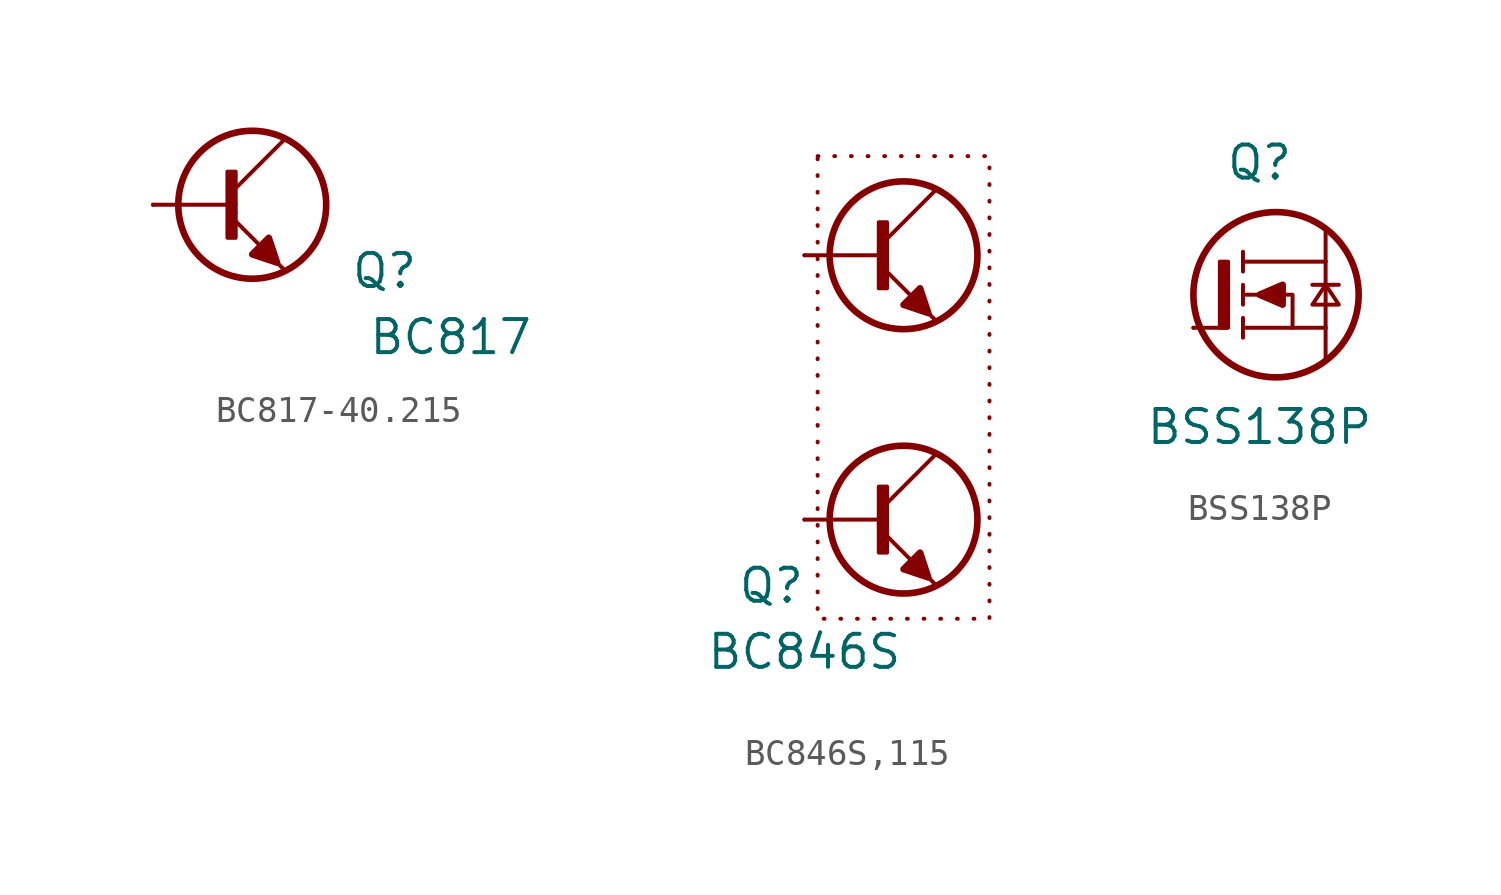
<source format=kicad_sym>
(kicad_symbol_lib
  (version 20231120)
  (generator "kicad_symbol_editor")
  (generator_version "8.0")
  (symbol "BC817-40.215"
    (pin_numbers hide)
    (pin_names
      (offset 1.016) hide)
    (property "Reference" "Q"
      (at 5.08 -2.54 0)
      (effects (font (size 1.27 1.27))))
    (property "Value" "BC817"
      (at 7.62 -5.08 0)
      (effects (font (size 1.27 1.27))))
    (symbol "BC817-40.215_0_1"
      (rectangle (start -0.953 1.27) (end -0.635 -1.27) (stroke (width 0) (type default)) (fill (type outline)))
      (rectangle (start -0.635 -0.318) (end -0.635 -0.318) (stroke (width 0) (type default)) (fill (type none)))
      (polyline (pts (xy -3.81 0) (xy -0.635 0)) (stroke (width 0) (type default)) (fill (type none)))
      (polyline (pts (xy -0.635 -0.635) (xy 1.27 -2.54)) (stroke (width 0) (type default)) (fill (type none)))
      (polyline (pts (xy 1.27 2.54) (xy -0.635 0.635)) (stroke (width 0) (type default)) (fill (type none)))
      (polyline (pts (xy 0.953 -2.223) (xy 0.635 -1.27) (xy 0 -1.905) (xy 0.953 -2.223)) (stroke (width 0.254) (type default)) (fill (type outline))))
    (symbol "BC817-40.215_1_0"
      (circle (center 0 0) (radius 2.84) (stroke (width 0.254) (type solid)) (fill (type none))))
    (symbol "BC817-40.215_1_1"
      (pin passive line (at -3.81 0 0) (length 0) (name "B" (effects (font (size 1.27 1.27)))) (number "1" (effects (font (size 1.27 1.27)))))
      (pin passive line (at 1.27 -2.54 180) (length 0) (name "E" (effects (font (size 1.27 1.27)))) (number "2" (effects (font (size 1.27 1.27)))))
      (pin passive line (at 1.27 2.54 180) (length 0) (name "C" (effects (font (size 1.27 1.27)))) (number "3" (effects (font (size 1.27 1.27)))))))
  (symbol "BC846S,115"
    (pin_numbers hide)
    (pin_names
      (offset 1.016) hide)
    (property "Reference" "Q"
      (at -5.08 -7.62 0)
      (effects (font (size 1.27 1.27))))
    (property "Value" "BC846S"
      (at -3.81 -10.16 0)
      (effects (font (size 1.27 1.27))))
    (symbol "BC846S,115_0_1"
      (rectangle (start -0.953 -3.81) (end -0.635 -6.35) (stroke (width 0) (type default)) (fill (type outline)))
      (rectangle (start -0.953 6.35) (end -0.635 3.81) (stroke (width 0) (type default)) (fill (type outline)))
      (rectangle (start -0.635 -5.397) (end -0.635 -5.397) (stroke (width 0) (type default)) (fill (type none)))
      (rectangle (start -0.635 4.763) (end -0.635 4.763) (stroke (width 0) (type default)) (fill (type none)))
      (polyline (pts (xy -3.81 -5.08) (xy -0.635 -5.08)) (stroke (width 0) (type default)) (fill (type none)))
      (polyline (pts (xy -3.81 5.08) (xy -0.635 5.08)) (stroke (width 0) (type default)) (fill (type none)))
      (polyline (pts (xy -0.635 -5.715) (xy 1.27 -7.62)) (stroke (width 0) (type default)) (fill (type none)))
      (polyline (pts (xy -0.635 4.445) (xy 1.27 2.54)) (stroke (width 0) (type default)) (fill (type none)))
      (polyline (pts (xy 1.27 -2.54) (xy -0.635 -4.445)) (stroke (width 0) (type default)) (fill (type none)))
      (polyline (pts (xy 1.27 7.62) (xy -0.635 5.715)) (stroke (width 0) (type default)) (fill (type none)))
      (polyline (pts (xy 0.953 -7.303) (xy 0.635 -6.35) (xy 0 -6.985) (xy 0.953 -7.303)) (stroke (width 0.254) (type default)) (fill (type outline)))
      (polyline (pts (xy 0.953 2.857) (xy 0.635 3.81) (xy 0 3.175) (xy 0.953 2.857)) (stroke (width 0.254) (type default)) (fill (type outline))))
    (symbol "BC846S,115_1_0"
      (circle (center 0 -5.08) (radius 2.84) (stroke (width 0.254) (type solid)) (fill (type none)))
      (circle (center 0 5.08) (radius 2.84) (stroke (width 0.254) (type solid)) (fill (type none))))
    (symbol "BC846S,115_1_1"
      (rectangle (start -3.302 8.89) (end 3.302 -8.89) (stroke (width 0) (type dot)) (fill (type none)))
      (pin passive line (at 1.27 2.54 180) (length 0) (name "E1" (effects (font (size 1.27 1.27)))) (number "1" (effects (font (size 1.27 1.27)))))
      (pin passive line (at -3.81 5.08 0) (length 0) (name "B1" (effects (font (size 1.27 1.27)))) (number "2" (effects (font (size 1.27 1.27)))))
      (pin passive line (at 1.27 -2.54 180) (length 0) (name "C2" (effects (font (size 1.27 1.27)))) (number "3" (effects (font (size 1.27 1.27)))))
      (pin passive line (at 1.27 -7.62 180) (length 0) (name "E2" (effects (font (size 1.27 1.27)))) (number "4" (effects (font (size 1.27 1.27)))))
      (pin passive line (at -3.81 -5.08 0) (length 0) (name "B2" (effects (font (size 1.27 1.27)))) (number "5" (effects (font (size 1.27 1.27)))))
      (pin passive line (at 1.27 7.62 180) (length 0) (name "C1" (effects (font (size 1.27 1.27)))) (number "6" (effects (font (size 1.27 1.27)))))))
  (symbol "BSS138P"
    (pin_numbers hide)
    (pin_names
      (offset 1.016) hide)
    (property "Reference" "Q"
      (at 0 5.08 0)
      (effects (font (size 1.27 1.27))))
    (property "Value" "BSS138P"
      (at 0 -5.08 0)
      (effects (font (size 1.27 1.27))))
    (symbol "BSS138P_0_0"
      (polyline (pts (xy -0.635 -1.27) (xy -0.635 -1.651)) (stroke (width 0) (type solid)) (fill (type none)))
      (polyline (pts (xy -0.635 -1.27) (xy -0.635 -0.889)) (stroke (width 0) (type solid)) (fill (type none)))
      (polyline (pts (xy -0.635 0) (xy -0.635 -0.381)) (stroke (width 0) (type solid)) (fill (type none)))
      (polyline (pts (xy -0.635 0) (xy -0.635 0.381)) (stroke (width 0) (type solid)) (fill (type none)))
      (polyline (pts (xy -0.635 1.27) (xy -0.635 0.889)) (stroke (width 0) (type solid)) (fill (type none)))
      (polyline (pts (xy -0.635 1.27) (xy -0.635 1.651)) (stroke (width 0) (type solid)) (fill (type none)))
      (polyline (pts (xy 2.032 0.381) (xy 3.048 0.381)) (stroke (width 0) (type solid)) (fill (type none)))
      (polyline (pts (xy 2.54 -2.54) (xy 2.54 -1.27)) (stroke (width 0) (type solid)) (fill (type none)))
      (polyline (pts (xy 2.54 -1.27) (xy -0.635 -1.27)) (stroke (width 0) (type solid)) (fill (type none)))
      (polyline (pts (xy 2.54 1.27) (xy -0.635 1.27)) (stroke (width 0) (type solid)) (fill (type none)))
      (polyline (pts (xy 2.54 1.27) (xy 2.54 -1.27)) (stroke (width 0) (type solid)) (fill (type none)))
      (polyline (pts (xy 2.54 1.27) (xy 2.54 2.54)) (stroke (width 0) (type solid)) (fill (type none)))
      (polyline (pts (xy 2.032 -0.381) (xy 3.048 -0.381) (xy 2.54 0.381) (xy 2.032 -0.381)) (stroke (width 0) (type solid)) (fill (type none)))
      (polyline (pts (xy -0.635 0) (xy -0.127 0) (xy 0.635 0) (xy 1.27 0) (xy 1.27 -1.27)) (stroke (width 0) (type solid)) (fill (type none))))
    (symbol "BSS138P_0_1"
      (rectangle (start -1.524 1.27) (end -1.206 -1.27) (stroke (width 0) (type default)) (fill (type outline)))
      (polyline (pts (xy -2.54 -1.27) (xy -1.27 -1.27)) (stroke (width 0) (type default)) (fill (type none)))
      (polyline (pts (xy 0 0) (xy 0.889 -0.381) (xy 0.889 0.381) (xy 0 0)) (stroke (width 0.254) (type default)) (fill (type outline))))
    (symbol "BSS138P_1_0"
      (circle (center 0.635 0) (radius 3.175) (stroke (width 0.254) (type solid)) (fill (type none))))
    (symbol "BSS138P_1_1"
      (pin passive line (at -2.54 -1.27 0) (length 0) (name "G" (effects (font (size 1.27 1.27)))) (number "1" (effects (font (size 1.27 1.27)))))
      (pin passive line (at 2.54 -2.54 180) (length 0) (name "S" (effects (font (size 1.27 1.27)))) (number "2" (effects (font (size 1.27 1.27)))))
      (pin passive line (at 2.54 2.54 180) (length 0) (name "D" (effects (font (size 1.27 1.27)))) (number "3" (effects (font (size 1.27 1.27))))))))
</source>
